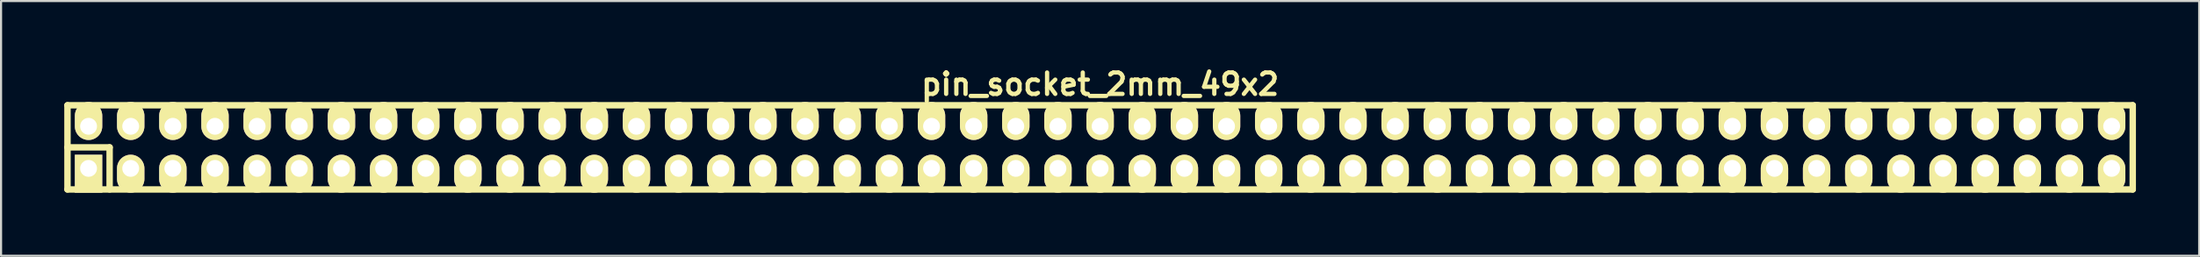
<source format=kicad_pcb>
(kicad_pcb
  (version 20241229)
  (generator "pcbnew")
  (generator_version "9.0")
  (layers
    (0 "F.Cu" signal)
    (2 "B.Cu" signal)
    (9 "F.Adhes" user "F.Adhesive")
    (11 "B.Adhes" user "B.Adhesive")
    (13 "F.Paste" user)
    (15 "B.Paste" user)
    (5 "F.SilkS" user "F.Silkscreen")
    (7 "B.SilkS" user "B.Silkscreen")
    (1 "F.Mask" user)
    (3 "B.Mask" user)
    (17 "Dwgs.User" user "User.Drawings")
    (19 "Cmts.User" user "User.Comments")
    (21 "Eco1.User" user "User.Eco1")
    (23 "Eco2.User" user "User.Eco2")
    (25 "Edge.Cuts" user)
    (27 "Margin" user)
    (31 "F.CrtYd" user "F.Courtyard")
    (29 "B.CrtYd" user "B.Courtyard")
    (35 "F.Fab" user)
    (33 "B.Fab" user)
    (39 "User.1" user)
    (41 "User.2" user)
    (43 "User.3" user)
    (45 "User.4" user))
  (footprint "pin_socket_2mm_49x2"
    (layer "F.Cu")
    (at 49.152 3.951)
    (property "Reference" "pin_socket_2mm_49x2" (at 0 -3 0) (layer "F.SilkS") (effects (font (size 1.016 1.016) (thickness 0.203))))
    (attr through_hole)
    (fp_line (start -49 -2) (end 49 -2) (stroke (width 0.305) (type solid)) (layer "F.SilkS"))
    (fp_line (start -49 0) (end -47 0) (stroke (width 0.305) (type solid)) (layer "F.SilkS"))
    (fp_line (start -49 2) (end -49 -2) (stroke (width 0.305) (type solid)) (layer "F.SilkS"))
    (fp_line (start -47 0) (end -47 2) (stroke (width 0.305) (type solid)) (layer "F.SilkS"))
    (fp_line (start 49 -2) (end 49 2) (stroke (width 0.305) (type solid)) (layer "F.SilkS"))
    (fp_line (start 49 2) (end -49 2) (stroke (width 0.305) (type solid)) (layer "F.SilkS"))
    (pad "1" thru_hole rect (at -48 1) (size 1.3 1.8) (drill 0.8 (offset 0 0.25)) (layers "*.Cu" "*.Mask" "F.SilkS"))
    (pad "2" thru_hole oval (at -48 -1) (size 1.3 1.8) (drill 0.8 (offset 0 -0.25)) (layers "*.Cu" "*.Mask" "F.SilkS"))
    (pad "3" thru_hole oval (at -46 1) (size 1.3 1.8) (drill 0.8 (offset 0 0.25)) (layers "*.Cu" "*.Mask" "F.SilkS"))
    (pad "4" thru_hole oval (at -46 -1) (size 1.3 1.8) (drill 0.8 (offset 0 -0.25)) (layers "*.Cu" "*.Mask" "F.SilkS"))
    (pad "5" thru_hole oval (at -44 1) (size 1.3 1.8) (drill 0.8 (offset 0 0.25)) (layers "*.Cu" "*.Mask" "F.SilkS"))
    (pad "6" thru_hole oval (at -44 -1) (size 1.3 1.8) (drill 0.8 (offset 0 -0.25)) (layers "*.Cu" "*.Mask" "F.SilkS"))
    (pad "7" thru_hole oval (at -42 1) (size 1.3 1.8) (drill 0.8 (offset 0 0.25)) (layers "*.Cu" "*.Mask" "F.SilkS"))
    (pad "8" thru_hole oval (at -42 -1) (size 1.3 1.8) (drill 0.8 (offset 0 -0.25)) (layers "*.Cu" "*.Mask" "F.SilkS"))
    (pad "9" thru_hole oval (at -40 1) (size 1.3 1.8) (drill 0.8 (offset 0 0.25)) (layers "*.Cu" "*.Mask" "F.SilkS"))
    (pad "10" thru_hole oval (at -40 -1) (size 1.3 1.8) (drill 0.8 (offset 0 -0.25)) (layers "*.Cu" "*.Mask" "F.SilkS"))
    (pad "11" thru_hole oval (at -38 1) (size 1.3 1.8) (drill 0.8 (offset 0 0.25)) (layers "*.Cu" "*.Mask" "F.SilkS"))
    (pad "12" thru_hole oval (at -38 -1) (size 1.3 1.8) (drill 0.8 (offset 0 -0.25)) (layers "*.Cu" "*.Mask" "F.SilkS"))
    (pad "13" thru_hole oval (at -36 1) (size 1.3 1.8) (drill 0.8 (offset 0 0.25)) (layers "*.Cu" "*.Mask" "F.SilkS"))
    (pad "14" thru_hole oval (at -36 -1) (size 1.3 1.8) (drill 0.8 (offset 0 -0.25)) (layers "*.Cu" "*.Mask" "F.SilkS"))
    (pad "15" thru_hole oval (at -34 1) (size 1.3 1.8) (drill 0.8 (offset 0 0.25)) (layers "*.Cu" "*.Mask" "F.SilkS"))
    (pad "16" thru_hole oval (at -34 -1) (size 1.3 1.8) (drill 0.8 (offset 0 -0.25)) (layers "*.Cu" "*.Mask" "F.SilkS"))
    (pad "17" thru_hole oval (at -32 1) (size 1.3 1.8) (drill 0.8 (offset 0 0.25)) (layers "*.Cu" "*.Mask" "F.SilkS"))
    (pad "18" thru_hole oval (at -32 -1) (size 1.3 1.8) (drill 0.8 (offset 0 -0.25)) (layers "*.Cu" "*.Mask" "F.SilkS"))
    (pad "19" thru_hole oval (at -30 1) (size 1.3 1.8) (drill 0.8 (offset 0 0.25)) (layers "*.Cu" "*.Mask" "F.SilkS"))
    (pad "20" thru_hole oval (at -30 -1) (size 1.3 1.8) (drill 0.8 (offset 0 -0.25)) (layers "*.Cu" "*.Mask" "F.SilkS"))
    (pad "21" thru_hole oval (at -28 1) (size 1.3 1.8) (drill 0.8 (offset 0 0.25)) (layers "*.Cu" "*.Mask" "F.SilkS"))
    (pad "22" thru_hole oval (at -28 -1) (size 1.3 1.8) (drill 0.8 (offset 0 -0.25)) (layers "*.Cu" "*.Mask" "F.SilkS"))
    (pad "23" thru_hole oval (at -26 1) (size 1.3 1.8) (drill 0.8 (offset 0 0.25)) (layers "*.Cu" "*.Mask" "F.SilkS"))
    (pad "24" thru_hole oval (at -26 -1) (size 1.3 1.8) (drill 0.8 (offset 0 -0.25)) (layers "*.Cu" "*.Mask" "F.SilkS"))
    (pad "25" thru_hole oval (at -24 1) (size 1.3 1.8) (drill 0.8 (offset 0 0.25)) (layers "*.Cu" "*.Mask" "F.SilkS"))
    (pad "26" thru_hole oval (at -24 -1) (size 1.3 1.8) (drill 0.8 (offset 0 -0.25)) (layers "*.Cu" "*.Mask" "F.SilkS"))
    (pad "27" thru_hole oval (at -22 1) (size 1.3 1.8) (drill 0.8 (offset 0 0.25)) (layers "*.Cu" "*.Mask" "F.SilkS"))
    (pad "28" thru_hole oval (at -22 -1) (size 1.3 1.8) (drill 0.8 (offset 0 -0.25)) (layers "*.Cu" "*.Mask" "F.SilkS"))
    (pad "29" thru_hole oval (at -20 1) (size 1.3 1.8) (drill 0.8 (offset 0 0.25)) (layers "*.Cu" "*.Mask" "F.SilkS"))
    (pad "30" thru_hole oval (at -20 -1) (size 1.3 1.8) (drill 0.8 (offset 0 -0.25)) (layers "*.Cu" "*.Mask" "F.SilkS"))
    (pad "31" thru_hole oval (at -18 1) (size 1.3 1.8) (drill 0.8 (offset 0 0.25)) (layers "*.Cu" "*.Mask" "F.SilkS"))
    (pad "32" thru_hole oval (at -18 -1) (size 1.3 1.8) (drill 0.8 (offset 0 -0.25)) (layers "*.Cu" "*.Mask" "F.SilkS"))
    (pad "33" thru_hole oval (at -16 1) (size 1.3 1.8) (drill 0.8 (offset 0 0.25)) (layers "*.Cu" "*.Mask" "F.SilkS"))
    (pad "34" thru_hole oval (at -16 -1) (size 1.3 1.8) (drill 0.8 (offset 0 -0.25)) (layers "*.Cu" "*.Mask" "F.SilkS"))
    (pad "35" thru_hole oval (at -14 1) (size 1.3 1.8) (drill 0.8 (offset 0 0.25)) (layers "*.Cu" "*.Mask" "F.SilkS"))
    (pad "36" thru_hole oval (at -14 -1) (size 1.3 1.8) (drill 0.8 (offset 0 -0.25)) (layers "*.Cu" "*.Mask" "F.SilkS"))
    (pad "37" thru_hole oval (at -12 1) (size 1.3 1.8) (drill 0.8 (offset 0 0.25)) (layers "*.Cu" "*.Mask" "F.SilkS"))
    (pad "38" thru_hole oval (at -12 -1) (size 1.3 1.8) (drill 0.8 (offset 0 -0.25)) (layers "*.Cu" "*.Mask" "F.SilkS"))
    (pad "39" thru_hole oval (at -10 1) (size 1.3 1.8) (drill 0.8 (offset 0 0.25)) (layers "*.Cu" "*.Mask" "F.SilkS"))
    (pad "40" thru_hole oval (at -10 -1) (size 1.3 1.8) (drill 0.8 (offset 0 -0.25)) (layers "*.Cu" "*.Mask" "F.SilkS"))
    (pad "41" thru_hole oval (at -8 1) (size 1.3 1.8) (drill 0.8 (offset 0 0.25)) (layers "*.Cu" "*.Mask" "F.SilkS"))
    (pad "42" thru_hole oval (at -8 -1) (size 1.3 1.8) (drill 0.8 (offset 0 -0.25)) (layers "*.Cu" "*.Mask" "F.SilkS"))
    (pad "43" thru_hole oval (at -6 1) (size 1.3 1.8) (drill 0.8 (offset 0 0.25)) (layers "*.Cu" "*.Mask" "F.SilkS"))
    (pad "44" thru_hole oval (at -6 -1) (size 1.3 1.8) (drill 0.8 (offset 0 -0.25)) (layers "*.Cu" "*.Mask" "F.SilkS"))
    (pad "45" thru_hole oval (at -4 1) (size 1.3 1.8) (drill 0.8 (offset 0 0.25)) (layers "*.Cu" "*.Mask" "F.SilkS"))
    (pad "46" thru_hole oval (at -4 -1) (size 1.3 1.8) (drill 0.8 (offset 0 -0.25)) (layers "*.Cu" "*.Mask" "F.SilkS"))
    (pad "47" thru_hole oval (at -2 1) (size 1.3 1.8) (drill 0.8 (offset 0 0.25)) (layers "*.Cu" "*.Mask" "F.SilkS"))
    (pad "48" thru_hole oval (at -2 -1) (size 1.3 1.8) (drill 0.8 (offset 0 -0.25)) (layers "*.Cu" "*.Mask" "F.SilkS"))
    (pad "49" thru_hole oval (at 0 1) (size 1.3 1.8) (drill 0.8 (offset 0 0.25)) (layers "*.Cu" "*.Mask" "F.SilkS"))
    (pad "50" thru_hole oval (at 0 -1) (size 1.3 1.8) (drill 0.8 (offset 0 -0.25)) (layers "*.Cu" "*.Mask" "F.SilkS"))
    (pad "51" thru_hole oval (at 2 1) (size 1.3 1.8) (drill 0.8 (offset 0 0.25)) (layers "*.Cu" "*.Mask" "F.SilkS"))
    (pad "52" thru_hole oval (at 2 -1) (size 1.3 1.8) (drill 0.8 (offset 0 -0.25)) (layers "*.Cu" "*.Mask" "F.SilkS"))
    (pad "53" thru_hole oval (at 4 1) (size 1.3 1.8) (drill 0.8 (offset 0 0.25)) (layers "*.Cu" "*.Mask" "F.SilkS"))
    (pad "54" thru_hole oval (at 4 -1) (size 1.3 1.8) (drill 0.8 (offset 0 -0.25)) (layers "*.Cu" "*.Mask" "F.SilkS"))
    (pad "55" thru_hole oval (at 6 1) (size 1.3 1.8) (drill 0.8 (offset 0 0.25)) (layers "*.Cu" "*.Mask" "F.SilkS"))
    (pad "56" thru_hole oval (at 6 -1) (size 1.3 1.8) (drill 0.8 (offset 0 -0.25)) (layers "*.Cu" "*.Mask" "F.SilkS"))
    (pad "57" thru_hole oval (at 8 1) (size 1.3 1.8) (drill 0.8 (offset 0 0.25)) (layers "*.Cu" "*.Mask" "F.SilkS"))
    (pad "58" thru_hole oval (at 8 -1) (size 1.3 1.8) (drill 0.8 (offset 0 -0.25)) (layers "*.Cu" "*.Mask" "F.SilkS"))
    (pad "59" thru_hole oval (at 10 1) (size 1.3 1.8) (drill 0.8 (offset 0 0.25)) (layers "*.Cu" "*.Mask" "F.SilkS"))
    (pad "60" thru_hole oval (at 10 -1) (size 1.3 1.8) (drill 0.8 (offset 0 -0.25)) (layers "*.Cu" "*.Mask" "F.SilkS"))
    (pad "61" thru_hole oval (at 12 1) (size 1.3 1.8) (drill 0.8 (offset 0 0.25)) (layers "*.Cu" "*.Mask" "F.SilkS"))
    (pad "62" thru_hole oval (at 12 -1) (size 1.3 1.8) (drill 0.8 (offset 0 -0.25)) (layers "*.Cu" "*.Mask" "F.SilkS"))
    (pad "63" thru_hole oval (at 14 1) (size 1.3 1.8) (drill 0.8 (offset 0 0.25)) (layers "*.Cu" "*.Mask" "F.SilkS"))
    (pad "64" thru_hole oval (at 14 -1) (size 1.3 1.8) (drill 0.8 (offset 0 -0.25)) (layers "*.Cu" "*.Mask" "F.SilkS"))
    (pad "65" thru_hole oval (at 16 1) (size 1.3 1.8) (drill 0.8 (offset 0 0.25)) (layers "*.Cu" "*.Mask" "F.SilkS"))
    (pad "66" thru_hole oval (at 16 -1) (size 1.3 1.8) (drill 0.8 (offset 0 -0.25)) (layers "*.Cu" "*.Mask" "F.SilkS"))
    (pad "67" thru_hole oval (at 18 1) (size 1.3 1.8) (drill 0.8 (offset 0 0.25)) (layers "*.Cu" "*.Mask" "F.SilkS"))
    (pad "68" thru_hole oval (at 18 -1) (size 1.3 1.8) (drill 0.8 (offset 0 -0.25)) (layers "*.Cu" "*.Mask" "F.SilkS"))
    (pad "69" thru_hole oval (at 20 1) (size 1.3 1.8) (drill 0.8 (offset 0 0.25)) (layers "*.Cu" "*.Mask" "F.SilkS"))
    (pad "70" thru_hole oval (at 20 -1) (size 1.3 1.8) (drill 0.8 (offset 0 -0.25)) (layers "*.Cu" "*.Mask" "F.SilkS"))
    (pad "71" thru_hole oval (at 22 1) (size 1.3 1.8) (drill 0.8 (offset 0 0.25)) (layers "*.Cu" "*.Mask" "F.SilkS"))
    (pad "72" thru_hole oval (at 22 -1) (size 1.3 1.8) (drill 0.8 (offset 0 -0.25)) (layers "*.Cu" "*.Mask" "F.SilkS"))
    (pad "73" thru_hole oval (at 24 1) (size 1.3 1.8) (drill 0.8 (offset 0 0.25)) (layers "*.Cu" "*.Mask" "F.SilkS"))
    (pad "74" thru_hole oval (at 24 -1) (size 1.3 1.8) (drill 0.8 (offset 0 -0.25)) (layers "*.Cu" "*.Mask" "F.SilkS"))
    (pad "75" thru_hole oval (at 26 1) (size 1.3 1.8) (drill 0.8 (offset 0 0.25)) (layers "*.Cu" "*.Mask" "F.SilkS"))
    (pad "76" thru_hole oval (at 26 -1) (size 1.3 1.8) (drill 0.8 (offset 0 -0.25)) (layers "*.Cu" "*.Mask" "F.SilkS"))
    (pad "77" thru_hole oval (at 28 1) (size 1.3 1.8) (drill 0.8 (offset 0 0.25)) (layers "*.Cu" "*.Mask" "F.SilkS"))
    (pad "78" thru_hole oval (at 28 -1) (size 1.3 1.8) (drill 0.8 (offset 0 -0.25)) (layers "*.Cu" "*.Mask" "F.SilkS"))
    (pad "79" thru_hole oval (at 30 1) (size 1.3 1.8) (drill 0.8 (offset 0 0.25)) (layers "*.Cu" "*.Mask" "F.SilkS"))
    (pad "80" thru_hole oval (at 30 -1) (size 1.3 1.8) (drill 0.8 (offset 0 -0.25)) (layers "*.Cu" "*.Mask" "F.SilkS"))
    (pad "81" thru_hole oval (at 32 1) (size 1.3 1.8) (drill 0.8 (offset 0 0.25)) (layers "*.Cu" "*.Mask" "F.SilkS"))
    (pad "82" thru_hole oval (at 32 -1) (size 1.3 1.8) (drill 0.8 (offset 0 -0.25)) (layers "*.Cu" "*.Mask" "F.SilkS"))
    (pad "83" thru_hole oval (at 34 1) (size 1.3 1.8) (drill 0.8 (offset 0 0.25)) (layers "*.Cu" "*.Mask" "F.SilkS"))
    (pad "84" thru_hole oval (at 34 -1) (size 1.3 1.8) (drill 0.8 (offset 0 -0.25)) (layers "*.Cu" "*.Mask" "F.SilkS"))
    (pad "85" thru_hole oval (at 36 1) (size 1.3 1.8) (drill 0.8 (offset 0 0.25)) (layers "*.Cu" "*.Mask" "F.SilkS"))
    (pad "86" thru_hole oval (at 36 -1) (size 1.3 1.8) (drill 0.8 (offset 0 -0.25)) (layers "*.Cu" "*.Mask" "F.SilkS"))
    (pad "87" thru_hole oval (at 38 1) (size 1.3 1.8) (drill 0.8 (offset 0 0.25)) (layers "*.Cu" "*.Mask" "F.SilkS"))
    (pad "88" thru_hole oval (at 38 -1) (size 1.3 1.8) (drill 0.8 (offset 0 -0.25)) (layers "*.Cu" "*.Mask" "F.SilkS"))
    (pad "89" thru_hole oval (at 40 1) (size 1.3 1.8) (drill 0.8 (offset 0 0.25)) (layers "*.Cu" "*.Mask" "F.SilkS"))
    (pad "90" thru_hole oval (at 40 -1) (size 1.3 1.8) (drill 0.8 (offset 0 -0.25)) (layers "*.Cu" "*.Mask" "F.SilkS"))
    (pad "91" thru_hole oval (at 42 1) (size 1.3 1.8) (drill 0.8 (offset 0 0.25)) (layers "*.Cu" "*.Mask" "F.SilkS"))
    (pad "92" thru_hole oval (at 42 -1) (size 1.3 1.8) (drill 0.8 (offset 0 -0.25)) (layers "*.Cu" "*.Mask" "F.SilkS"))
    (pad "93" thru_hole oval (at 44 1) (size 1.3 1.8) (drill 0.8 (offset 0 0.25)) (layers "*.Cu" "*.Mask" "F.SilkS"))
    (pad "94" thru_hole oval (at 44 -1) (size 1.3 1.8) (drill 0.8 (offset 0 -0.25)) (layers "*.Cu" "*.Mask" "F.SilkS"))
    (pad "95" thru_hole oval (at 46 1) (size 1.3 1.8) (drill 0.8 (offset 0 0.25)) (layers "*.Cu" "*.Mask" "F.SilkS"))
    (pad "96" thru_hole oval (at 46 -1) (size 1.3 1.8) (drill 0.8 (offset 0 -0.25)) (layers "*.Cu" "*.Mask" "F.SilkS"))
    (pad "97" thru_hole oval (at 48 1) (size 1.3 1.8) (drill 0.8 (offset 0 0.25)) (layers "*.Cu" "*.Mask" "F.SilkS"))
    (pad "98" thru_hole oval (at 48 -1) (size 1.3 1.8) (drill 0.8 (offset 0 -0.25)) (layers "*.Cu" "*.Mask" "F.SilkS")))
  (gr_rect
    (start -3 -3)
    (end 101.305 9.103)
    (stroke (width 0.1) (type default))
    (fill no)
    (layer "Edge.Cuts")))
</source>
